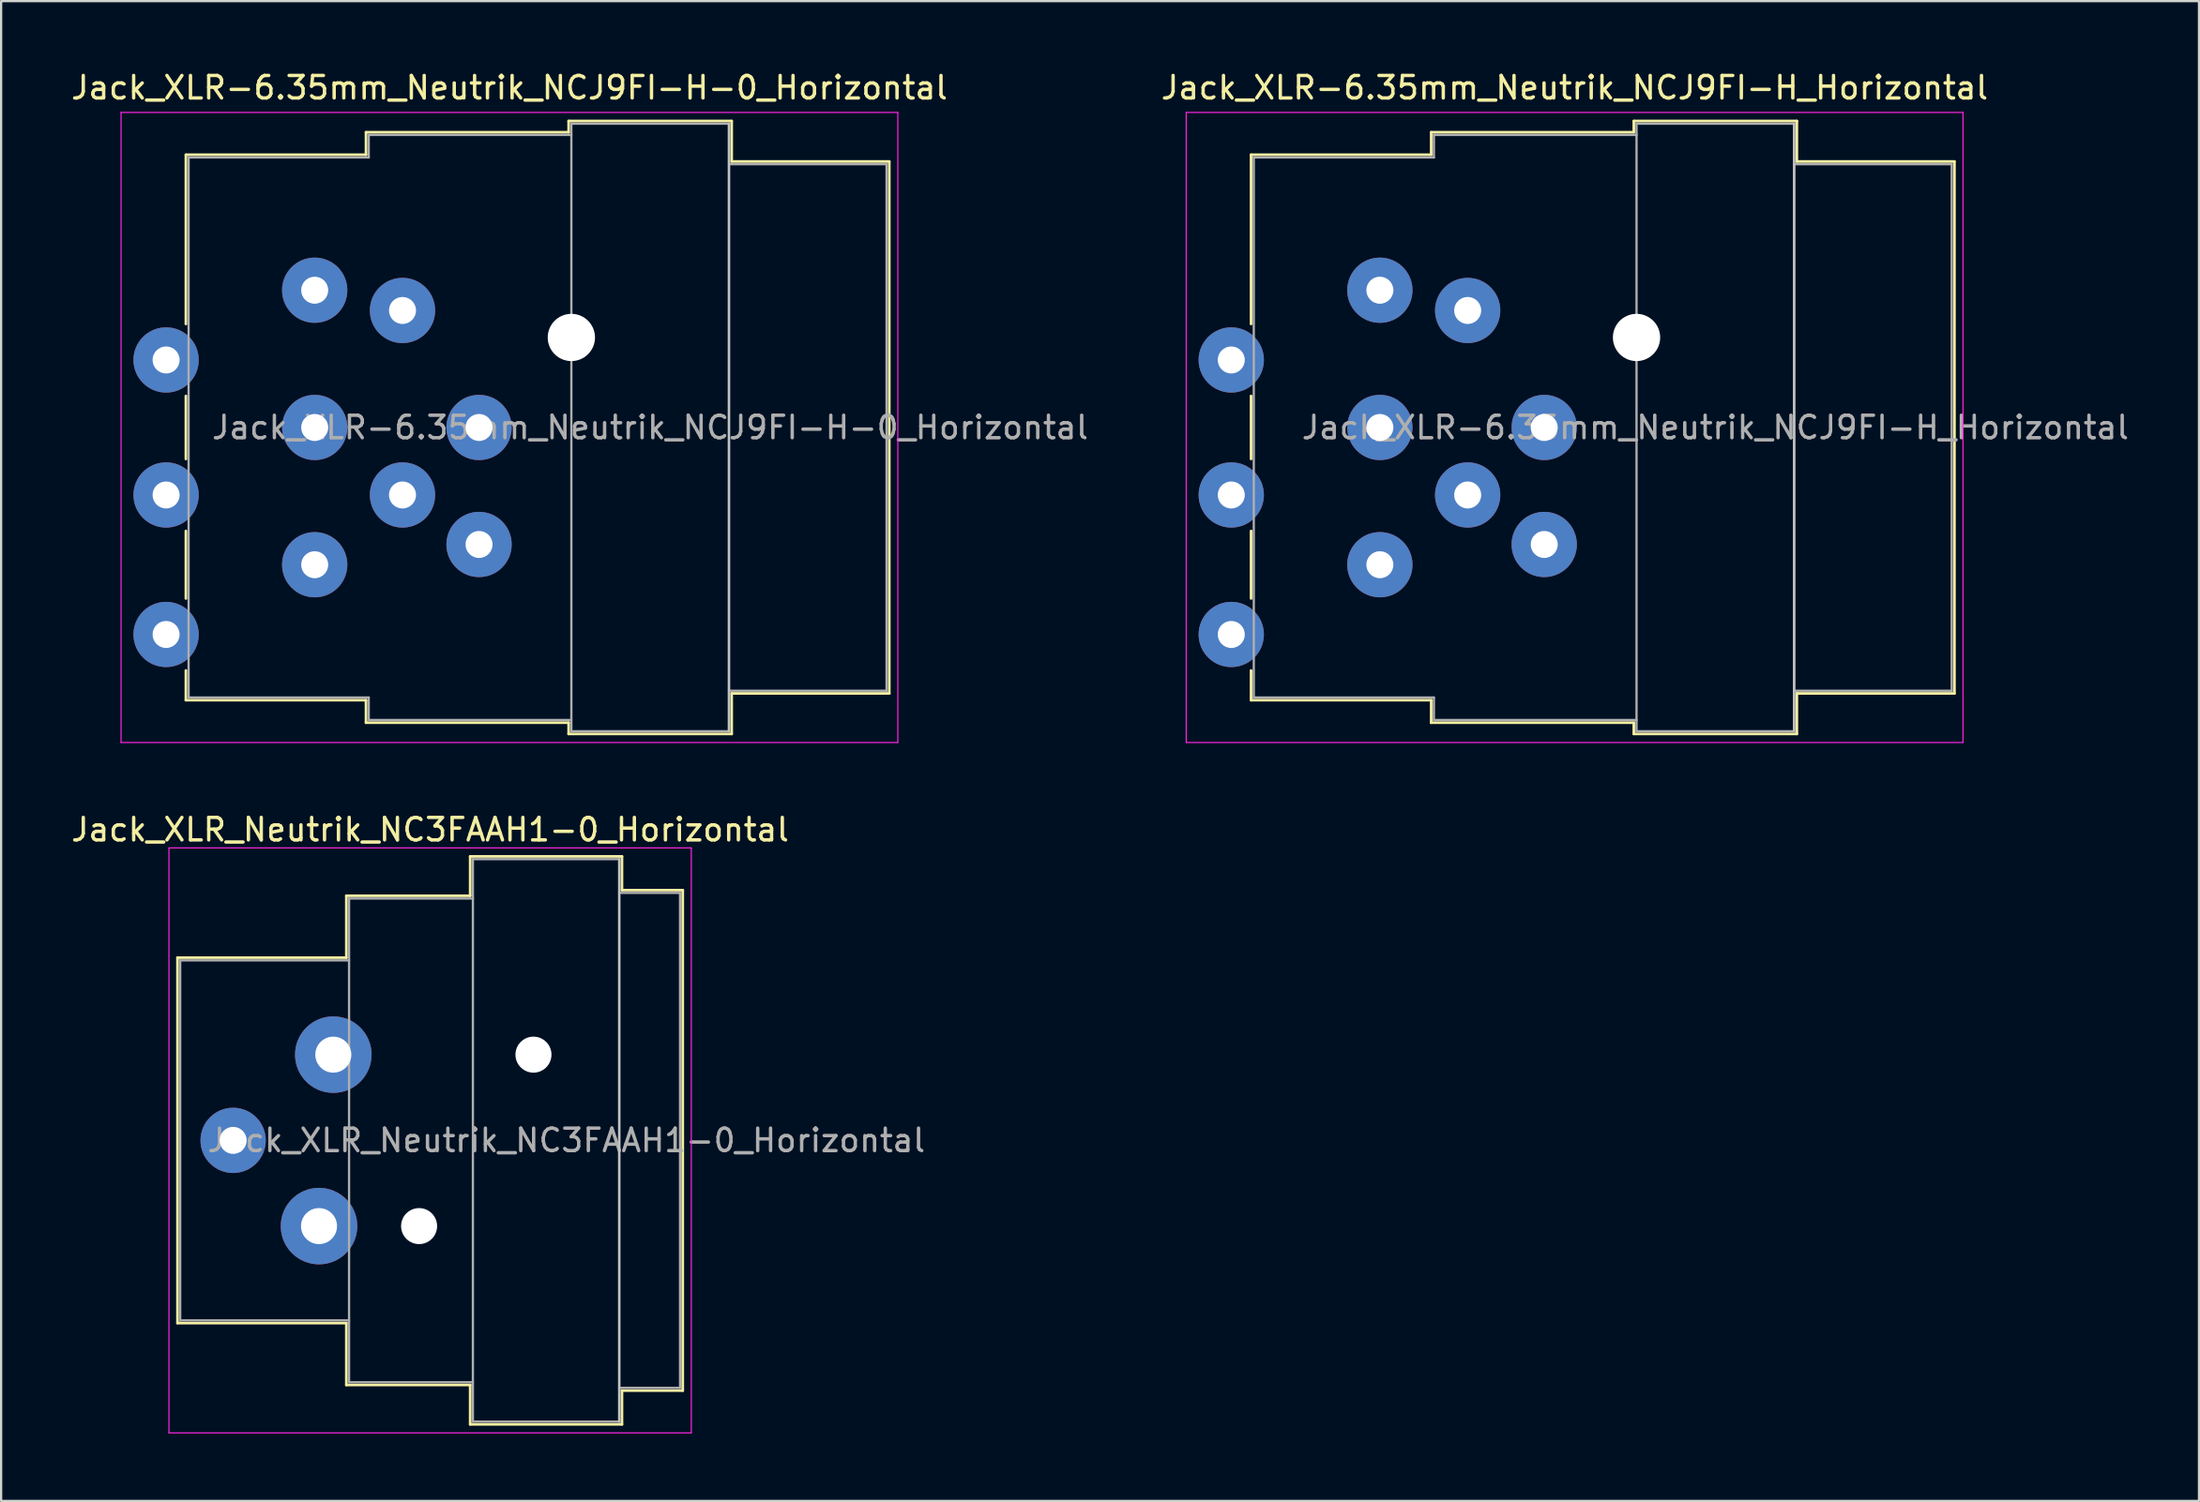
<source format=kicad_pcb>
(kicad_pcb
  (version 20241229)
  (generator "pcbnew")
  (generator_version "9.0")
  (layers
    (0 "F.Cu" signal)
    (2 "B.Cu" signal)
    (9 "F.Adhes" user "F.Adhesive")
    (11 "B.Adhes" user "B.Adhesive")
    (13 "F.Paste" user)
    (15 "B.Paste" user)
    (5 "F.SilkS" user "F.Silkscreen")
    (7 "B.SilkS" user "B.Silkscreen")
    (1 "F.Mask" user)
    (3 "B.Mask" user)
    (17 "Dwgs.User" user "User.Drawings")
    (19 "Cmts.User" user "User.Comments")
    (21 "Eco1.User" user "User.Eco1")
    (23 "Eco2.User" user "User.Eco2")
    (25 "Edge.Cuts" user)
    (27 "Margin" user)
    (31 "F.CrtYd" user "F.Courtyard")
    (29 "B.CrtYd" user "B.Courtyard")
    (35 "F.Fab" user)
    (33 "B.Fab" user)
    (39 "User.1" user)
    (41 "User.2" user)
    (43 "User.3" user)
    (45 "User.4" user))
  (footprint "Jack_XLR_Neutrik_NC3FAAH1-0_Horizontal"
    (layer "F.Cu")
    (at 11.754 43.822)
    (property "Reference" "Jack_XLR_Neutrik_NC3FAAH1-0_Horizontal" (at 4.3 -10 0) (layer "F.SilkS") (effects (font (size 1 1) (thickness 0.15))))
    (attr through_hole)
    (fp_line (start -6.92 -4.31) (end -6.92 11.93) (stroke (width 0.12) (type solid)) (layer "F.SilkS"))
    (fp_line (start 0.58 -7.06) (end 0.58 -4.31) (stroke (width 0.12) (type solid)) (layer "F.SilkS"))
    (fp_line (start 0.58 -4.31) (end -6.92 -4.31) (stroke (width 0.12) (type solid)) (layer "F.SilkS"))
    (fp_line (start 0.58 11.93) (end -6.92 11.93) (stroke (width 0.12) (type solid)) (layer "F.SilkS"))
    (fp_line (start 0.58 11.93) (end 0.58 14.68) (stroke (width 0.12) (type solid)) (layer "F.SilkS"))
    (fp_line (start 6.08 -7.06) (end 0.58 -7.06) (stroke (width 0.12) (type solid)) (layer "F.SilkS"))
    (fp_line (start 6.08 -7.06) (end 6.08 -8.81) (stroke (width 0.12) (type solid)) (layer "F.SilkS"))
    (fp_line (start 6.08 14.68) (end 0.58 14.68) (stroke (width 0.12) (type solid)) (layer "F.SilkS"))
    (fp_line (start 6.08 16.43) (end 6.08 14.68) (stroke (width 0.12) (type solid)) (layer "F.SilkS"))
    (fp_line (start 12.82 -8.81) (end 6.08 -8.81) (stroke (width 0.12) (type solid)) (layer "F.SilkS"))
    (fp_line (start 12.82 -8.81) (end 12.82 -7.31) (stroke (width 0.12) (type solid)) (layer "F.SilkS"))
    (fp_line (start 12.82 -7.31) (end 15.52 -7.31) (stroke (width 0.12) (type solid)) (layer "F.SilkS"))
    (fp_line (start 12.82 14.93) (end 12.82 16.43) (stroke (width 0.12) (type solid)) (layer "F.SilkS"))
    (fp_line (start 12.82 14.93) (end 15.52 14.93) (stroke (width 0.12) (type solid)) (layer "F.SilkS"))
    (fp_line (start 12.82 16.43) (end 6.08 16.43) (stroke (width 0.12) (type solid)) (layer "F.SilkS"))
    (fp_line (start 15.52 -7.31) (end 15.52 14.93) (stroke (width 0.12) (type solid)) (layer "F.SilkS"))
    (fp_line (start 12.7 -8.69) (end 12.7 16.31) (stroke (width 0.1) (type solid)) (layer "Dwgs.User"))
    (fp_line (start -7.3 -9.19) (end -7.3 16.81) (stroke (width 0.05) (type solid)) (layer "F.CrtYd"))
    (fp_line (start 15.9 -9.19) (end -7.3 -9.19) (stroke (width 0.05) (type solid)) (layer "F.CrtYd"))
    (fp_line (start 15.9 -9.19) (end 15.9 16.81) (stroke (width 0.05) (type solid)) (layer "F.CrtYd"))
    (fp_line (start 15.9 16.81) (end -7.3 16.81) (stroke (width 0.05) (type solid)) (layer "F.CrtYd"))
    (fp_line (start -6.8 -4.19) (end -6.8 11.81) (stroke (width 0.1) (type solid)) (layer "F.Fab"))
    (fp_line (start -6.8 11.81) (end 0.7 11.81) (stroke (width 0.1) (type solid)) (layer "F.Fab"))
    (fp_line (start 0.7 -6.94) (end 0.7 14.56) (stroke (width 0.1) (type solid)) (layer "F.Fab"))
    (fp_line (start 0.7 -4.19) (end -6.8 -4.19) (stroke (width 0.1) (type solid)) (layer "F.Fab"))
    (fp_line (start 0.7 14.56) (end 6.2 14.56) (stroke (width 0.1) (type solid)) (layer "F.Fab"))
    (fp_line (start 6.2 -8.69) (end 12.7 -8.69) (stroke (width 0.1) (type solid)) (layer "F.Fab"))
    (fp_line (start 6.2 -6.94) (end 0.7 -6.94) (stroke (width 0.1) (type solid)) (layer "F.Fab"))
    (fp_line (start 6.2 16.31) (end 6.2 -8.69) (stroke (width 0.1) (type solid)) (layer "F.Fab"))
    (fp_line (start 12.7 -8.69) (end 12.7 16.31) (stroke (width 0.1) (type solid)) (layer "F.Fab"))
    (fp_line (start 12.7 -7.19) (end 15.4 -7.19) (stroke (width 0.1) (type solid)) (layer "F.Fab"))
    (fp_line (start 12.7 16.31) (end 6.2 16.31) (stroke (width 0.1) (type solid)) (layer "F.Fab"))
    (fp_line (start 15.4 -7.19) (end 15.4 14.81) (stroke (width 0.1) (type solid)) (layer "F.Fab"))
    (fp_line (start 15.4 14.81) (end 12.7 14.81) (stroke (width 0.1) (type solid)) (layer "F.Fab"))
    (fp_text user "${REFERENCE}" (at 10.35 3.81 0) (layer "F.Fab") (effects (font (size 1 1) (thickness 0.15))))
    (pad "" np_thru_hole circle (at 3.81 7.62) (size 1.6 1.6) (drill 1.6) (layers "*.Cu" "*.Mask"))
    (pad "" np_thru_hole circle (at 8.89 0) (size 1.6 1.6) (drill 1.6) (layers "*.Cu" "*.Mask"))
    (pad "1" thru_hole circle (at 0 0) (size 3.4 3.4) (drill 1.6) (layers "*.Cu" "*.Mask"))
    (pad "2" thru_hole circle (at -0.635 7.62) (size 3.4 3.4) (drill 1.6) (layers "*.Cu" "*.Mask"))
    (pad "3" thru_hole circle (at -4.45 3.81) (size 2.9 2.9) (drill 1.2) (layers "*.Cu" "*.Mask")))
  (footprint "Jack_XLR-6.35mm_Neutrik_NCJ9FI-H-0_Horizontal"
    (layer "F.Cu")
    (at 10.927 9.848)
    (property "Reference" "Jack_XLR-6.35mm_Neutrik_NCJ9FI-H-0_Horizontal" (at 8.65 -9 0) (layer "F.SilkS") (effects (font (size 1 1) (thickness 0.15))))
    (attr through_hole)
    (fp_line (start -5.72 -6.02) (end -5.72 1.5) (stroke (width 0.12) (type solid)) (layer "F.SilkS"))
    (fp_line (start -5.72 4.7) (end -5.72 7.5) (stroke (width 0.12) (type solid)) (layer "F.SilkS"))
    (fp_line (start -5.72 10.7) (end -5.72 13.7) (stroke (width 0.12) (type solid)) (layer "F.SilkS"))
    (fp_line (start -5.72 16.9) (end -5.72 18.22) (stroke (width 0.12) (type solid)) (layer "F.SilkS"))
    (fp_line (start 2.28 -7.02) (end 2.28 -6.02) (stroke (width 0.12) (type solid)) (layer "F.SilkS"))
    (fp_line (start 2.28 -6.02) (end -5.72 -6.02) (stroke (width 0.12) (type solid)) (layer "F.SilkS"))
    (fp_line (start 2.28 18.22) (end -5.72 18.22) (stroke (width 0.12) (type solid)) (layer "F.SilkS"))
    (fp_line (start 2.28 19.22) (end 2.28 18.22) (stroke (width 0.12) (type solid)) (layer "F.SilkS"))
    (fp_line (start 11.28 -7.02) (end 2.28 -7.02) (stroke (width 0.12) (type solid)) (layer "F.SilkS"))
    (fp_line (start 11.28 -7.02) (end 11.28 -7.52) (stroke (width 0.12) (type solid)) (layer "F.SilkS"))
    (fp_line (start 11.28 19.22) (end 2.28 19.22) (stroke (width 0.12) (type solid)) (layer "F.SilkS"))
    (fp_line (start 11.28 19.72) (end 11.28 19.22) (stroke (width 0.12) (type solid)) (layer "F.SilkS"))
    (fp_line (start 18.52 -7.52) (end 11.28 -7.52) (stroke (width 0.12) (type solid)) (layer "F.SilkS"))
    (fp_line (start 18.52 -7.52) (end 18.52 -5.72) (stroke (width 0.12) (type solid)) (layer "F.SilkS"))
    (fp_line (start 18.52 -5.72) (end 25.52 -5.72) (stroke (width 0.12) (type solid)) (layer "F.SilkS"))
    (fp_line (start 18.52 17.92) (end 18.52 19.72) (stroke (width 0.12) (type solid)) (layer "F.SilkS"))
    (fp_line (start 18.52 17.92) (end 25.52 17.92) (stroke (width 0.12) (type solid)) (layer "F.SilkS"))
    (fp_line (start 18.52 19.72) (end 11.28 19.72) (stroke (width 0.12) (type solid)) (layer "F.SilkS"))
    (fp_line (start 25.52 -5.72) (end 25.52 17.92) (stroke (width 0.12) (type solid)) (layer "F.SilkS"))
    (fp_line (start 18.4 -7.4) (end 18.4 19.6) (stroke (width 0.1) (type solid)) (layer "Dwgs.User"))
    (fp_line (start -8.6 -7.9) (end -8.6 20.1) (stroke (width 0.05) (type solid)) (layer "F.CrtYd"))
    (fp_line (start 25.9 -7.9) (end -8.6 -7.9) (stroke (width 0.05) (type solid)) (layer "F.CrtYd"))
    (fp_line (start 25.9 -7.9) (end 25.9 20.1) (stroke (width 0.05) (type solid)) (layer "F.CrtYd"))
    (fp_line (start 25.9 20.1) (end -8.6 20.1) (stroke (width 0.05) (type solid)) (layer "F.CrtYd"))
    (fp_line (start -5.6 -5.9) (end -5.6 18.1) (stroke (width 0.1) (type solid)) (layer "F.Fab"))
    (fp_line (start -5.6 18.1) (end 2.4 18.1) (stroke (width 0.1) (type solid)) (layer "F.Fab"))
    (fp_line (start 2.4 -6.9) (end 2.4 -5.9) (stroke (width 0.1) (type solid)) (layer "F.Fab"))
    (fp_line (start 2.4 -5.9) (end -5.6 -5.9) (stroke (width 0.1) (type solid)) (layer "F.Fab"))
    (fp_line (start 2.4 18.1) (end 2.4 19.1) (stroke (width 0.1) (type solid)) (layer "F.Fab"))
    (fp_line (start 2.4 19.1) (end 11.4 19.1) (stroke (width 0.1) (type solid)) (layer "F.Fab"))
    (fp_line (start 11.4 -7.4) (end 18.4 -7.4) (stroke (width 0.1) (type solid)) (layer "F.Fab"))
    (fp_line (start 11.4 -6.9) (end 2.4 -6.9) (stroke (width 0.1) (type solid)) (layer "F.Fab"))
    (fp_line (start 11.4 19.6) (end 11.4 -7.4) (stroke (width 0.1) (type solid)) (layer "F.Fab"))
    (fp_line (start 18.4 -7.4) (end 18.4 19.6) (stroke (width 0.1) (type solid)) (layer "F.Fab"))
    (fp_line (start 18.4 -5.6) (end 25.4 -5.6) (stroke (width 0.1) (type solid)) (layer "F.Fab"))
    (fp_line (start 18.4 19.6) (end 11.4 19.6) (stroke (width 0.1) (type solid)) (layer "F.Fab"))
    (fp_line (start 25.4 -5.6) (end 25.4 17.8) (stroke (width 0.1) (type solid)) (layer "F.Fab"))
    (fp_line (start 25.4 17.8) (end 18.4 17.8) (stroke (width 0.1) (type solid)) (layer "F.Fab"))
    (fp_text user "${REFERENCE}" (at 14.9 6.1 0) (layer "F.Fab") (effects (font (size 1 1) (thickness 0.15))))
    (pad "" np_thru_hole circle (at 11.4 2.1) (size 2.1 2.1) (drill 2.1) (layers "*.Cu" "*.Mask"))
    (pad "1" thru_hole circle (at 0 0) (size 2.9 2.9) (drill 1.2) (layers "*.Cu" "*.Mask"))
    (pad "2" thru_hole circle (at 0 12.2) (size 2.9 2.9) (drill 1.2) (layers "*.Cu" "*.Mask"))
    (pad "3" thru_hole circle (at 0 6.1) (size 2.9 2.9) (drill 1.2) (layers "*.Cu" "*.Mask"))
    (pad "G" thru_hole circle (at 7.3 6.1) (size 2.9 2.9) (drill 1.2) (layers "*.Cu" "*.Mask"))
    (pad "R" thru_hole circle (at 3.9 0.9) (size 2.9 2.9) (drill 1.2) (layers "*.Cu" "*.Mask"))
    (pad "RN" thru_hole circle (at -6.6 3.1) (size 2.9 2.9) (drill 1.2) (layers "*.Cu" "*.Mask"))
    (pad "S" thru_hole circle (at 7.3 11.3) (size 2.9 2.9) (drill 1.2) (layers "*.Cu" "*.Mask"))
    (pad "SN" thru_hole circle (at 3.9 9.1) (size 2.9 2.9) (drill 1.2) (layers "*.Cu" "*.Mask"))
    (pad "T" thru_hole circle (at -6.6 15.3) (size 2.9 2.9) (drill 1.2) (layers "*.Cu" "*.Mask"))
    (pad "TN" thru_hole circle (at -6.6 9.1) (size 2.9 2.9) (drill 1.2) (layers "*.Cu" "*.Mask")))
  (footprint "Jack_XLR-6.35mm_Neutrik_NCJ9FI-H_Horizontal"
    (layer "F.Cu")
    (at 58.237 9.848)
    (property "Reference" "Jack_XLR-6.35mm_Neutrik_NCJ9FI-H_Horizontal" (at 8.65 -9 0) (layer "F.SilkS") (effects (font (size 1 1) (thickness 0.15))))
    (attr through_hole)
    (fp_line (start -5.72 -6.02) (end -5.72 1.5) (stroke (width 0.12) (type solid)) (layer "F.SilkS"))
    (fp_line (start -5.72 4.7) (end -5.72 7.5) (stroke (width 0.12) (type solid)) (layer "F.SilkS"))
    (fp_line (start -5.72 10.7) (end -5.72 13.7) (stroke (width 0.12) (type solid)) (layer "F.SilkS"))
    (fp_line (start -5.72 16.9) (end -5.72 18.22) (stroke (width 0.12) (type solid)) (layer "F.SilkS"))
    (fp_line (start 2.28 -7.02) (end 2.28 -6.02) (stroke (width 0.12) (type solid)) (layer "F.SilkS"))
    (fp_line (start 2.28 -6.02) (end -5.72 -6.02) (stroke (width 0.12) (type solid)) (layer "F.SilkS"))
    (fp_line (start 2.28 18.22) (end -5.72 18.22) (stroke (width 0.12) (type solid)) (layer "F.SilkS"))
    (fp_line (start 2.28 19.22) (end 2.28 18.22) (stroke (width 0.12) (type solid)) (layer "F.SilkS"))
    (fp_line (start 11.28 -7.02) (end 2.28 -7.02) (stroke (width 0.12) (type solid)) (layer "F.SilkS"))
    (fp_line (start 11.28 -7.02) (end 11.28 -7.52) (stroke (width 0.12) (type solid)) (layer "F.SilkS"))
    (fp_line (start 11.28 19.22) (end 2.28 19.22) (stroke (width 0.12) (type solid)) (layer "F.SilkS"))
    (fp_line (start 11.28 19.72) (end 11.28 19.22) (stroke (width 0.12) (type solid)) (layer "F.SilkS"))
    (fp_line (start 18.52 -7.52) (end 11.28 -7.52) (stroke (width 0.12) (type solid)) (layer "F.SilkS"))
    (fp_line (start 18.52 -7.52) (end 18.52 -5.72) (stroke (width 0.12) (type solid)) (layer "F.SilkS"))
    (fp_line (start 18.52 -5.72) (end 25.52 -5.72) (stroke (width 0.12) (type solid)) (layer "F.SilkS"))
    (fp_line (start 18.52 17.92) (end 18.52 19.72) (stroke (width 0.12) (type solid)) (layer "F.SilkS"))
    (fp_line (start 18.52 17.92) (end 25.52 17.92) (stroke (width 0.12) (type solid)) (layer "F.SilkS"))
    (fp_line (start 18.52 19.72) (end 11.28 19.72) (stroke (width 0.12) (type solid)) (layer "F.SilkS"))
    (fp_line (start 25.52 -5.72) (end 25.52 17.92) (stroke (width 0.12) (type solid)) (layer "F.SilkS"))
    (fp_line (start 18.4 -7.4) (end 18.4 19.6) (stroke (width 0.1) (type solid)) (layer "Dwgs.User"))
    (fp_line (start -8.6 -7.9) (end -8.6 20.1) (stroke (width 0.05) (type solid)) (layer "F.CrtYd"))
    (fp_line (start 25.9 -7.9) (end -8.6 -7.9) (stroke (width 0.05) (type solid)) (layer "F.CrtYd"))
    (fp_line (start 25.9 -7.9) (end 25.9 20.1) (stroke (width 0.05) (type solid)) (layer "F.CrtYd"))
    (fp_line (start 25.9 20.1) (end -8.6 20.1) (stroke (width 0.05) (type solid)) (layer "F.CrtYd"))
    (fp_line (start -5.6 -5.9) (end -5.6 18.1) (stroke (width 0.1) (type solid)) (layer "F.Fab"))
    (fp_line (start -5.6 18.1) (end 2.4 18.1) (stroke (width 0.1) (type solid)) (layer "F.Fab"))
    (fp_line (start 2.4 -6.9) (end 2.4 -5.9) (stroke (width 0.1) (type solid)) (layer "F.Fab"))
    (fp_line (start 2.4 -5.9) (end -5.6 -5.9) (stroke (width 0.1) (type solid)) (layer "F.Fab"))
    (fp_line (start 2.4 18.1) (end 2.4 19.1) (stroke (width 0.1) (type solid)) (layer "F.Fab"))
    (fp_line (start 2.4 19.1) (end 11.4 19.1) (stroke (width 0.1) (type solid)) (layer "F.Fab"))
    (fp_line (start 11.4 -7.4) (end 18.4 -7.4) (stroke (width 0.1) (type solid)) (layer "F.Fab"))
    (fp_line (start 11.4 -6.9) (end 2.4 -6.9) (stroke (width 0.1) (type solid)) (layer "F.Fab"))
    (fp_line (start 11.4 19.6) (end 11.4 -7.4) (stroke (width 0.1) (type solid)) (layer "F.Fab"))
    (fp_line (start 18.4 -7.4) (end 18.4 19.6) (stroke (width 0.1) (type solid)) (layer "F.Fab"))
    (fp_line (start 18.4 -5.6) (end 25.4 -5.6) (stroke (width 0.1) (type solid)) (layer "F.Fab"))
    (fp_line (start 18.4 19.6) (end 11.4 19.6) (stroke (width 0.1) (type solid)) (layer "F.Fab"))
    (fp_line (start 25.4 -5.6) (end 25.4 17.8) (stroke (width 0.1) (type solid)) (layer "F.Fab"))
    (fp_line (start 25.4 17.8) (end 18.4 17.8) (stroke (width 0.1) (type solid)) (layer "F.Fab"))
    (fp_text user "${REFERENCE}" (at 14.9 6.1 0) (layer "F.Fab") (effects (font (size 1 1) (thickness 0.15))))
    (pad "" np_thru_hole circle (at 11.4 2.1) (size 2.1 2.1) (drill 2.1) (layers "*.Cu" "*.Mask"))
    (pad "1" thru_hole circle (at 0 0) (size 2.9 2.9) (drill 1.2) (layers "*.Cu" "*.Mask"))
    (pad "2" thru_hole circle (at 0 12.2) (size 2.9 2.9) (drill 1.2) (layers "*.Cu" "*.Mask"))
    (pad "3" thru_hole circle (at 0 6.1) (size 2.9 2.9) (drill 1.2) (layers "*.Cu" "*.Mask"))
    (pad "G" thru_hole circle (at 7.3 6.1) (size 2.9 2.9) (drill 1.2) (layers "*.Cu" "*.Mask"))
    (pad "R" thru_hole circle (at 3.9 0.9) (size 2.9 2.9) (drill 1.2) (layers "*.Cu" "*.Mask"))
    (pad "RN" thru_hole circle (at -6.6 3.1) (size 2.9 2.9) (drill 1.2) (layers "*.Cu" "*.Mask"))
    (pad "S" thru_hole circle (at 7.3 11.3) (size 2.9 2.9) (drill 1.2) (layers "*.Cu" "*.Mask"))
    (pad "SN" thru_hole circle (at 3.9 9.1) (size 2.9 2.9) (drill 1.2) (layers "*.Cu" "*.Mask"))
    (pad "T" thru_hole circle (at -6.6 15.3) (size 2.9 2.9) (drill 1.2) (layers "*.Cu" "*.Mask"))
    (pad "TN" thru_hole circle (at -6.6 9.1) (size 2.9 2.9) (drill 1.2) (layers "*.Cu" "*.Mask")))
  (gr_rect
    (start -3 -3)
    (end 94.619 63.657)
    (stroke (width 0.1) (type default))
    (fill no)
    (layer "Edge.Cuts")))
</source>
